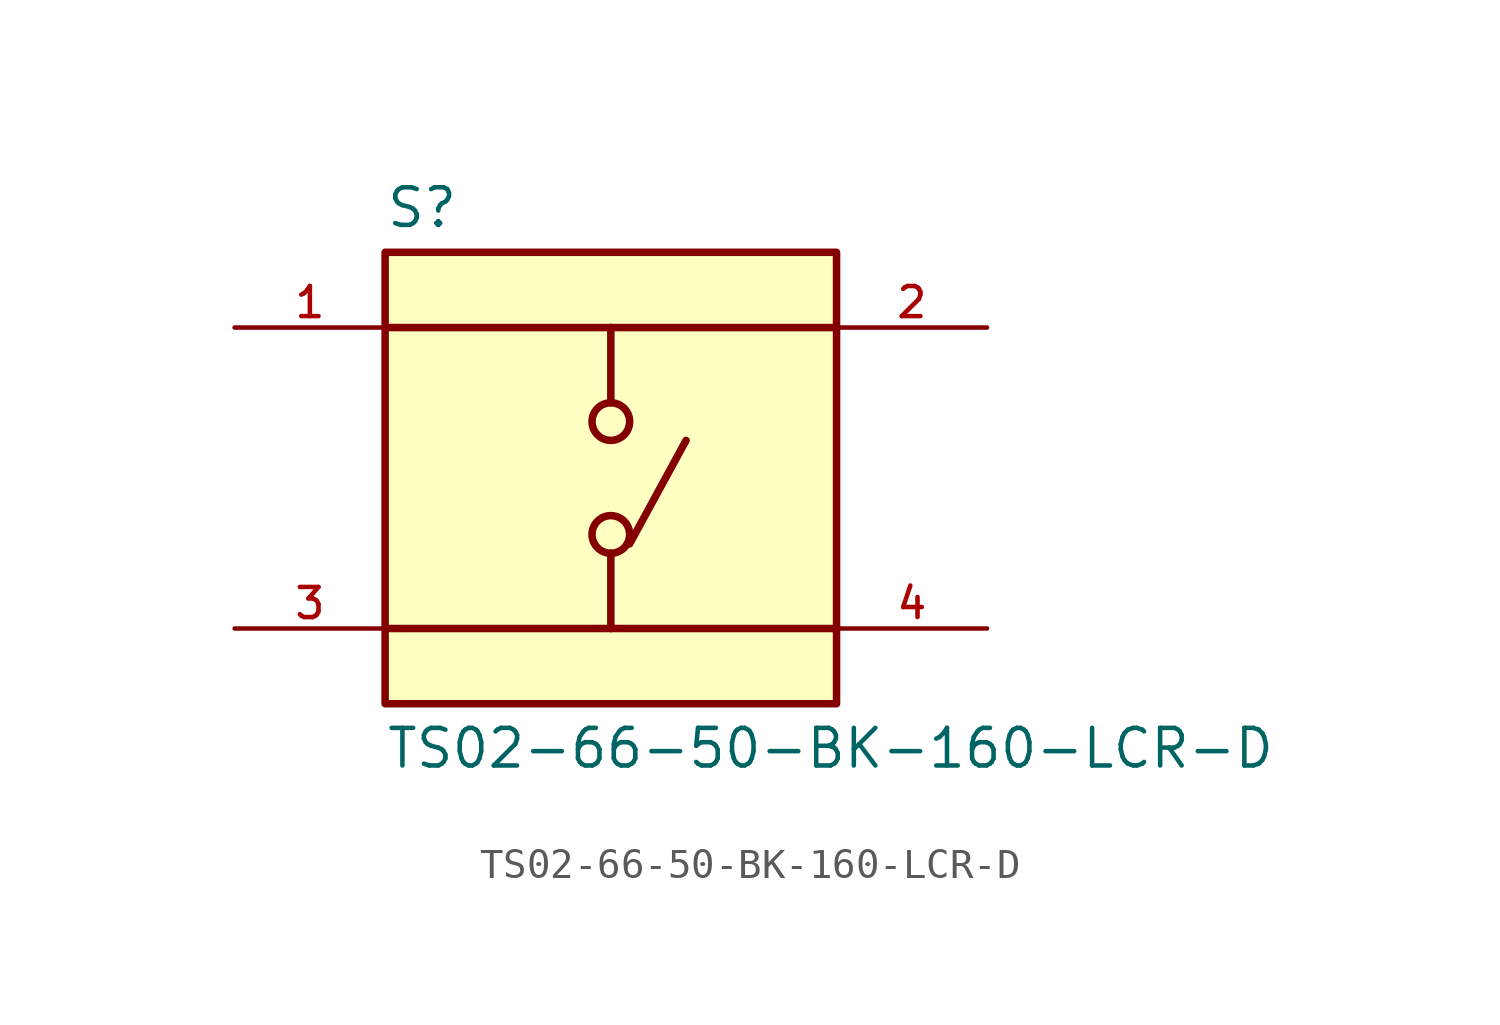
<source format=kicad_sym>
(kicad_symbol_lib
  (version 20211014)
  (generator kicad_symbol_editor)
  (symbol "TS02-66-50-BK-160-LCR-D"
    (pin_names
      (offset 1.016))
    (property "Reference" "S"
      (at -7.62 8.382 0)
      (effects (font (size 1.27 1.27)) (justify bottom left)))
    (property "Value" "TS02-66-50-BK-160-LCR-D"
      (at -7.62 -8.382 0)
      (effects (font (size 1.27 1.27)) (justify top left)))
    (symbol "TS02-66-50-BK-160-LCR-D_0_0"
      (polyline (pts (xy 0.0 5.08) (xy 0.0 2.54)) (stroke (width 0.254)))
      (polyline (pts (xy 0.0 -2.54) (xy 0.0 -5.08)) (stroke (width 0.254)))
      (polyline (pts (xy 0.0 5.08) (xy -7.62 5.08)) (stroke (width 0.254)))
      (polyline (pts (xy 0.0 5.08) (xy 7.62 5.08)) (stroke (width 0.254)))
      (polyline (pts (xy 0.0 -5.08) (xy -7.62 -5.08)) (stroke (width 0.254)))
      (polyline (pts (xy 0.0 -5.08) (xy 7.62 -5.08)) (stroke (width 0.254)))
      (circle (center 0.0 -1.905) (radius 0.635) (stroke (width 0.254)) (fill (type none)))
      (circle (center 0.0 1.905) (radius 0.635) (stroke (width 0.254)) (fill (type none)))
      (polyline (pts (xy 0.635 -2.223) (xy 2.54 1.27)) (stroke (width 0.254)))
      (rectangle (start -7.62 -7.62) (end 7.62 7.62) (stroke (width 0.254)) (fill (type background)))
      (pin passive line (at -12.7 5.08 0) (length 5.08) (name "~" (effects (font (size 1.016 1.016)))) (number "1" (effects (font (size 1.016 1.016)))))
      (pin passive line (at -12.7 -5.08 0) (length 5.08) (name "~" (effects (font (size 1.016 1.016)))) (number "3" (effects (font (size 1.016 1.016)))))
      (pin passive line (at 12.7 5.08 180.0) (length 5.08) (name "~" (effects (font (size 1.016 1.016)))) (number "2" (effects (font (size 1.016 1.016)))))
      (pin passive line (at 12.7 -5.08 180.0) (length 5.08) (name "~" (effects (font (size 1.016 1.016)))) (number "4" (effects (font (size 1.016 1.016))))))))
</source>
